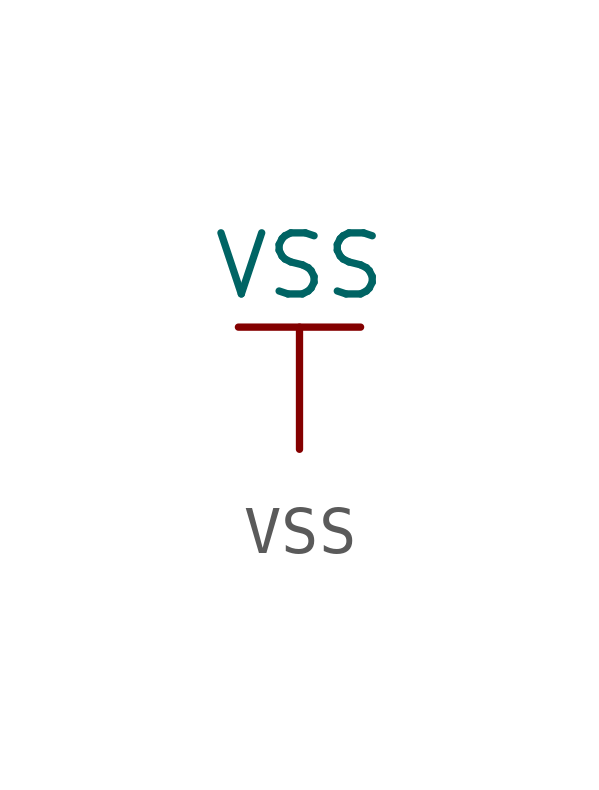
<source format=kicad_sym>
(kicad_symbol_lib
  (version 20220914)
  (generator kicad_symbol_editor)
  (symbol "VSS"
    (power)
    (pin_names
      (offset 0))
    (property "Reference" "#PWR"
      (at 0 -3.81 0)
      (effects (font (size 1.27 1.27)) hide))
    (property "Value" "VSS"
      (at 0 3.81 0)
      (effects (font (size 1.27 1.27))))
    (symbol "VSS_1_1"
      (polyline (pts (xy -1.27 2.54) (xy 1.27 2.54)) (stroke (width 0) (type solid)) (fill (type none)))
      (polyline (pts (xy 0 0) (xy 0 2.54)) (stroke (width 0) (type solid)) (fill (type none)))
      (pin power_in line (at 0 0 90) (length 0) hide (name "VSS" (effects (font (size 1.27 1.27)))) (number "1" (effects (font (size 1.27 1.27))))))))
</source>
